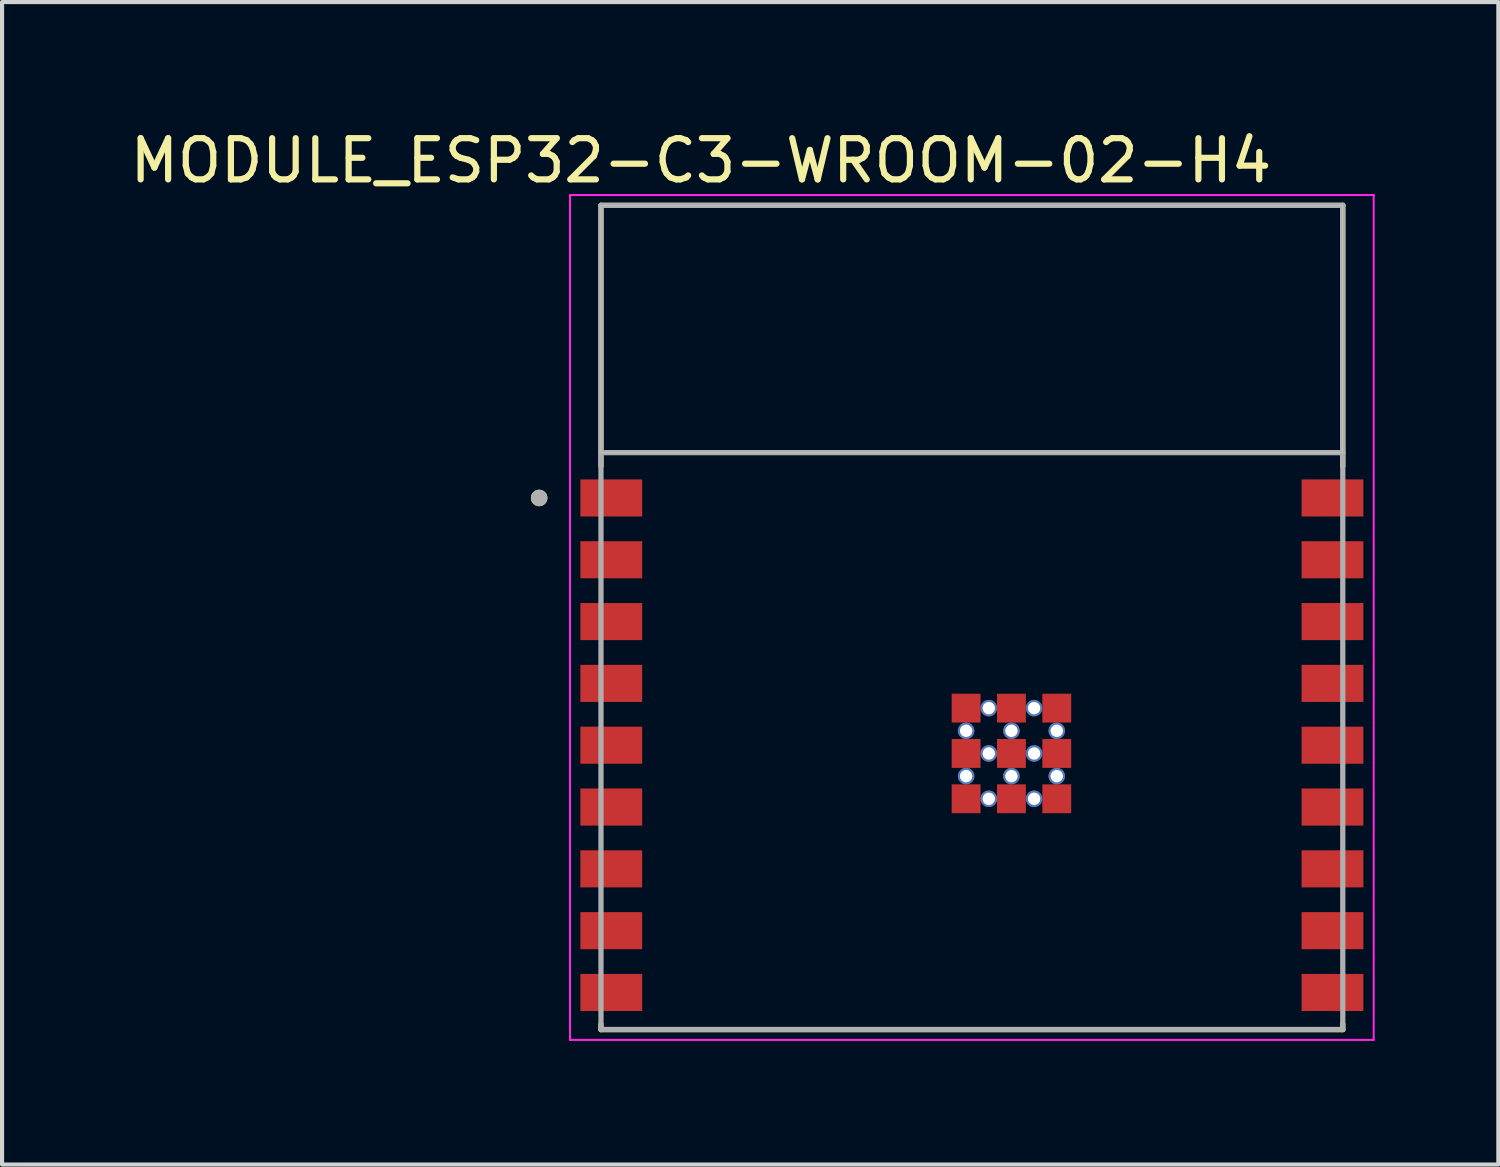
<source format=kicad_pcb>
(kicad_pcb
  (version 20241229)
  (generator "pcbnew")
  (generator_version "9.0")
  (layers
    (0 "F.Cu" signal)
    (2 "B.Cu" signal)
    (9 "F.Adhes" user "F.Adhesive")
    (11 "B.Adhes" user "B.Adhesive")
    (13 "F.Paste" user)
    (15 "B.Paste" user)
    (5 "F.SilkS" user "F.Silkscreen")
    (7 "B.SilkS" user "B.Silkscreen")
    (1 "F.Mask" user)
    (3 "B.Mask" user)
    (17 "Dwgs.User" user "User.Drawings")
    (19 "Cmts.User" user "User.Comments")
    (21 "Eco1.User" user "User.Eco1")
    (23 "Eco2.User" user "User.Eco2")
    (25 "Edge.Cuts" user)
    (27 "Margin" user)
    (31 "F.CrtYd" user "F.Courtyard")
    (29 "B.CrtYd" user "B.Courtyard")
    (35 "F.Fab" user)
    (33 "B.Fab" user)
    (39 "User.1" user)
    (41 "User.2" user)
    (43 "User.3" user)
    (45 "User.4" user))
  (footprint "MODULE_ESP32-C3-WROOM-02-H4"
    (layer "F.Cu")
    (at 20.533 11.933)
    (property "Reference" "MODULE_ESP32-C3-WROOM-02-H4" (at -6.575 -11.085 0) (layer "F.SilkS") (effects (font (size 1 1) (thickness 0.15))))
    (attr through_hole)
    (fp_line (start -9 -10) (end -9 -3.67) (stroke (width 0.127) (type solid)) (layer "F.SilkS"))
    (fp_line (start -9 10) (end -9 9.87) (stroke (width 0.127) (type solid)) (layer "F.SilkS"))
    (fp_line (start -9 10) (end 9 10) (stroke (width 0.127) (type solid)) (layer "F.SilkS"))
    (fp_line (start 9 -10) (end -9 -10) (stroke (width 0.127) (type solid)) (layer "F.SilkS"))
    (fp_line (start 9 -3.67) (end 9 -10) (stroke (width 0.127) (type solid)) (layer "F.SilkS"))
    (fp_line (start 9 10) (end 9 9.87) (stroke (width 0.127) (type solid)) (layer "F.SilkS"))
    (fp_circle (center -10.5 -2.9) (end -10.4 -2.9) (stroke (width 0.2) (type solid)) (fill no) (layer "F.SilkS"))
    (fp_poly (pts (xy -9 -10) (xy 9 -10) (xy 9 -4) (xy -9 -4)) (stroke (width 0.01) (type solid)) (fill no) (layer "Dwgs.User"))
    (fp_poly (pts (xy -9 -10) (xy 9 -10) (xy 9 -4) (xy -9 -4)) (stroke (width 0.01) (type solid)) (fill no) (layer "Dwgs.User"))
    (fp_poly (pts (xy -9 -10) (xy 9 -10) (xy 9 -4) (xy -9 -4)) (stroke (width 0.01) (type solid)) (fill no) (layer "Dwgs.User"))
    (fp_line (start -9.75 -10.25) (end -9.75 10.25) (stroke (width 0.05) (type solid)) (layer "F.CrtYd"))
    (fp_line (start -9.75 10.25) (end 9.75 10.25) (stroke (width 0.05) (type solid)) (layer "F.CrtYd"))
    (fp_line (start 9.75 -10.25) (end -9.75 -10.25) (stroke (width 0.05) (type solid)) (layer "F.CrtYd"))
    (fp_line (start 9.75 10.25) (end 9.75 -10.25) (stroke (width 0.05) (type solid)) (layer "F.CrtYd"))
    (fp_line (start -9 -10) (end -9 -4) (stroke (width 0.127) (type solid)) (layer "F.Fab"))
    (fp_line (start -9 -4) (end -9 10) (stroke (width 0.127) (type solid)) (layer "F.Fab"))
    (fp_line (start -9 10) (end 9 10) (stroke (width 0.127) (type solid)) (layer "F.Fab"))
    (fp_line (start 9 -10) (end -9 -10) (stroke (width 0.127) (type solid)) (layer "F.Fab"))
    (fp_line (start 9 -4) (end -9 -4) (stroke (width 0.127) (type solid)) (layer "F.Fab"))
    (fp_line (start 9 -4) (end 9 -10) (stroke (width 0.127) (type solid)) (layer "F.Fab"))
    (fp_line (start 9 10) (end 9 -4) (stroke (width 0.127) (type solid)) (layer "F.Fab"))
    (fp_circle (center -10.5 -2.9) (end -10.4 -2.9) (stroke (width 0.2) (type solid)) (fill no) (layer "F.Fab"))
    (pad "1" smd rect (at -8.75 -2.9) (size 1.5 0.9) (layers "F.Cu" "F.Mask" "F.Paste"))
    (pad "2" smd rect (at -8.75 -1.4) (size 1.5 0.9) (layers "F.Cu" "F.Mask" "F.Paste"))
    (pad "3" smd rect (at -8.75 0.1) (size 1.5 0.9) (layers "F.Cu" "F.Mask" "F.Paste"))
    (pad "4" smd rect (at -8.75 1.6) (size 1.5 0.9) (layers "F.Cu" "F.Mask" "F.Paste"))
    (pad "5" smd rect (at -8.75 3.1) (size 1.5 0.9) (layers "F.Cu" "F.Mask" "F.Paste"))
    (pad "6" smd rect (at -8.75 4.6) (size 1.5 0.9) (layers "F.Cu" "F.Mask" "F.Paste"))
    (pad "7" smd rect (at -8.75 6.1) (size 1.5 0.9) (layers "F.Cu" "F.Mask" "F.Paste"))
    (pad "8" smd rect (at -8.75 7.6) (size 1.5 0.9) (layers "F.Cu" "F.Mask" "F.Paste"))
    (pad "9" smd rect (at -8.75 9.1) (size 1.5 0.9) (layers "F.Cu" "F.Mask" "F.Paste"))
    (pad "10" smd rect (at 8.75 9.1) (size 1.5 0.9) (layers "F.Cu" "F.Mask" "F.Paste"))
    (pad "11" smd rect (at 8.75 7.6) (size 1.5 0.9) (layers "F.Cu" "F.Mask" "F.Paste"))
    (pad "12" smd rect (at 8.75 6.1) (size 1.5 0.9) (layers "F.Cu" "F.Mask" "F.Paste"))
    (pad "13" smd rect (at 8.75 4.6) (size 1.5 0.9) (layers "F.Cu" "F.Mask" "F.Paste"))
    (pad "14" smd rect (at 8.75 3.1) (size 1.5 0.9) (layers "F.Cu" "F.Mask" "F.Paste"))
    (pad "15" smd rect (at 8.75 1.6) (size 1.5 0.9) (layers "F.Cu" "F.Mask" "F.Paste"))
    (pad "16" smd rect (at 8.75 0.1) (size 1.5 0.9) (layers "F.Cu" "F.Mask" "F.Paste"))
    (pad "17" smd rect (at 8.75 -1.4) (size 1.5 0.9) (layers "F.Cu" "F.Mask" "F.Paste"))
    (pad "18" smd rect (at 8.75 -2.9) (size 1.5 0.9) (layers "F.Cu" "F.Mask" "F.Paste"))
    (pad "19" smd rect (at -0.14 2.2) (size 0.7 0.7) (layers "F.Cu" "F.Mask" "F.Paste"))
    (pad "20" smd rect (at 0.96 2.2) (size 0.7 0.7) (layers "F.Cu" "F.Mask" "F.Paste"))
    (pad "21" smd rect (at 2.06 2.2) (size 0.7 0.7) (layers "F.Cu" "F.Mask" "F.Paste"))
    (pad "22" smd rect (at -0.14 3.3) (size 0.7 0.7) (layers "F.Cu" "F.Mask" "F.Paste"))
    (pad "23" smd rect (at 0.96 3.3) (size 0.7 0.7) (layers "F.Cu" "F.Mask" "F.Paste"))
    (pad "24" smd rect (at 2.06 3.3) (size 0.7 0.7) (layers "F.Cu" "F.Mask" "F.Paste"))
    (pad "25" smd rect (at -0.14 4.4) (size 0.7 0.7) (layers "F.Cu" "F.Mask" "F.Paste"))
    (pad "26" smd rect (at 0.96 4.4) (size 0.7 0.7) (layers "F.Cu" "F.Mask" "F.Paste"))
    (pad "27" smd rect (at 2.06 4.4) (size 0.7 0.7) (layers "F.Cu" "F.Mask" "F.Paste"))
    (pad "28" thru_hole circle (at 0.41 2.2) (size 0.4 0.4) (drill 0.3) (layers "*.Cu"))
    (pad "29" thru_hole circle (at 1.51 2.2) (size 0.4 0.4) (drill 0.3) (layers "*.Cu"))
    (pad "30" thru_hole circle (at -0.14 2.75) (size 0.4 0.4) (drill 0.3) (layers "*.Cu"))
    (pad "31" thru_hole circle (at 0.96 2.75) (size 0.4 0.4) (drill 0.3) (layers "*.Cu"))
    (pad "32" thru_hole circle (at 2.06 2.75) (size 0.4 0.4) (drill 0.3) (layers "*.Cu"))
    (pad "33" thru_hole circle (at 0.41 3.3) (size 0.4 0.4) (drill 0.3) (layers "*.Cu"))
    (pad "34" thru_hole circle (at 1.51 3.3) (size 0.4 0.4) (drill 0.3) (layers "*.Cu"))
    (pad "35" thru_hole circle (at -0.14 3.85) (size 0.4 0.4) (drill 0.3) (layers "*.Cu"))
    (pad "36" thru_hole circle (at 0.96 3.85) (size 0.4 0.4) (drill 0.3) (layers "*.Cu"))
    (pad "37" thru_hole circle (at 2.06 3.85) (size 0.4 0.4) (drill 0.3) (layers "*.Cu"))
    (pad "38" thru_hole circle (at 0.41 4.4) (size 0.4 0.4) (drill 0.3) (layers "*.Cu"))
    (pad "39" thru_hole circle (at 1.51 4.4) (size 0.4 0.4) (drill 0.3) (layers "*.Cu")))
  (gr_rect
    (start -3 -3)
    (end 33.308 25.208)
    (stroke (width 0.1) (type default))
    (fill no)
    (layer "Edge.Cuts")))
</source>
